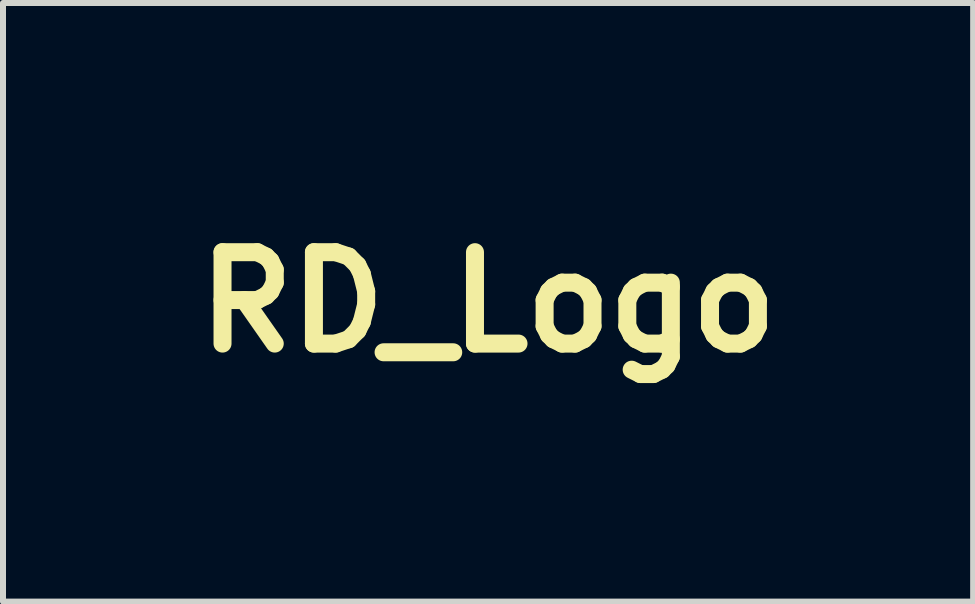
<source format=kicad_pcb>
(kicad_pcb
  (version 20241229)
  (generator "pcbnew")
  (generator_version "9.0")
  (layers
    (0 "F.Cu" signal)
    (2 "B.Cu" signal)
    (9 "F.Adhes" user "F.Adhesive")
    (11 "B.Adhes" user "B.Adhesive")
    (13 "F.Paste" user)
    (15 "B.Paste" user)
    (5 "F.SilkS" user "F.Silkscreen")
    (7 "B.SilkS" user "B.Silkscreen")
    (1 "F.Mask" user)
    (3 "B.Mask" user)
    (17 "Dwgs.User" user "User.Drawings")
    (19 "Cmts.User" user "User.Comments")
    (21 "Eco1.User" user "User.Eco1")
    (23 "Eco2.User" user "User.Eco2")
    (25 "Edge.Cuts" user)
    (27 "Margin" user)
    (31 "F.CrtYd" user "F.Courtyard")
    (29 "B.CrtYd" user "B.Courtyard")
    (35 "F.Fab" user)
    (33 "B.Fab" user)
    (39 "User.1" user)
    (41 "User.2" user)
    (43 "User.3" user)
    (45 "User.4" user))
  (footprint "RD_Logo"
    (layer "F.Cu")
    (at 5.087 1.989)
    (property "Reference" "RD_Logo" (at 0 0 0) (layer "F.SilkS") (effects (font (size 1.524 1.524) (thickness 0.3))))
    (attr through_hole)
    (fp_poly (pts (xy 0.036 0.48) (xy 0.038 0.482) (xy 0.039 0.486) (xy 0.04 0.49) (xy 0.042 0.501) (xy 0.044 0.51) (xy 0.048 0.519) (xy 0.053 0.527) (xy 0.057 0.532) (xy 0.064 0.538) (xy 0.072 0.544) (xy 0.082 0.55) (xy 0.092 0.555) (xy 0.102 0.559) (xy 0.106 0.561) (xy 0.109 0.562) (xy 0.11 0.564) (xy 0.111 0.565) (xy 0.11 0.567) (xy 0.11 0.568) (xy 0.109 0.569) (xy 0.106 0.569) (xy 0.101 0.57) (xy 0.096 0.571) (xy 0.089 0.572) (xy 0.082 0.573) (xy 0.074 0.573) (xy 0.067 0.574) (xy 0.06 0.575) (xy 0.053 0.576) (xy 0.047 0.576) (xy 0.043 0.577) (xy 0.039 0.577) (xy 0.039 0.577) (xy 0.035 0.577) (xy 0.031 0.576) (xy 0.029 0.576) (xy 0.022 0.573) (xy 0.016 0.569) (xy 0.011 0.563) (xy 0.007 0.557) (xy 0.006 0.555) (xy 0.005 0.553) (xy 0.005 0.55) (xy 0.005 0.547) (xy 0.006 0.544) (xy 0.007 0.539) (xy 0.009 0.534) (xy 0.011 0.527) (xy 0.014 0.519) (xy 0.017 0.512) (xy 0.02 0.505) (xy 0.022 0.498) (xy 0.025 0.492) (xy 0.027 0.487) (xy 0.029 0.483) (xy 0.03 0.481) (xy 0.03 0.481) (xy 0.033 0.479) (xy 0.036 0.48)) (stroke (width 0.01) (type solid)) (fill yes) (layer "F.Mask"))
    (fp_poly (pts (xy -0.355 -1.675) (xy -0.354 -1.674) (xy -0.354 -1.673) (xy -0.354 -1.672) (xy -0.356 -1.67) (xy -0.358 -1.667) (xy -0.362 -1.663) (xy -0.367 -1.658) (xy -0.373 -1.651) (xy -0.373 -1.651) (xy -0.389 -1.635) (xy -0.404 -1.62) (xy -0.418 -1.606) (xy -0.43 -1.593) (xy -0.442 -1.581) (xy -0.453 -1.569) (xy -0.463 -1.557) (xy -0.47 -1.549) (xy -0.475 -1.544) (xy -0.479 -1.539) (xy -0.482 -1.535) (xy -0.486 -1.53) (xy -0.49 -1.525) (xy -0.494 -1.519) (xy -0.499 -1.512) (xy -0.504 -1.504) (xy -0.513 -1.492) (xy -0.522 -1.48) (xy -0.53 -1.468) (xy -0.538 -1.457) (xy -0.546 -1.447) (xy -0.553 -1.438) (xy -0.553 -1.438) (xy -0.566 -1.423) (xy -0.577 -1.408) (xy -0.588 -1.395) (xy -0.597 -1.383) (xy -0.606 -1.371) (xy -0.614 -1.36) (xy -0.619 -1.352) (xy -0.622 -1.347) (xy -0.626 -1.341) (xy -0.63 -1.333) (xy -0.635 -1.324) (xy -0.641 -1.313) (xy -0.647 -1.301) (xy -0.653 -1.289) (xy -0.66 -1.275) (xy -0.667 -1.261) (xy -0.674 -1.247) (xy -0.681 -1.232) (xy -0.688 -1.217) (xy -0.695 -1.202) (xy -0.702 -1.187) (xy -0.708 -1.174) (xy -0.713 -1.163) (xy -0.718 -1.151) (xy -0.724 -1.138) (xy -0.73 -1.125) (xy -0.736 -1.11) (xy -0.742 -1.096) (xy -0.748 -1.082) (xy -0.754 -1.069) (xy -0.759 -1.056) (xy -0.764 -1.043) (xy -0.768 -1.032) (xy -0.772 -1.023) (xy -0.775 -1.017) (xy -0.778 -1.01) (xy -0.78 -1.005) (xy -0.783 -1.002) (xy -0.785 -1.002) (xy -0.787 -1.002) (xy -0.789 -1.004) (xy -0.789 -1.004) (xy -0.791 -1.006) (xy -0.791 -1.008) (xy -0.791 -1.008) (xy -0.791 -1.009) (xy -0.791 -1.013) (xy -0.789 -1.017) (xy -0.788 -1.023) (xy -0.786 -1.03) (xy -0.784 -1.038) (xy -0.782 -1.046) (xy -0.78 -1.055) (xy -0.778 -1.063) (xy -0.776 -1.072) (xy -0.774 -1.08) (xy -0.772 -1.088) (xy -0.77 -1.094) (xy -0.768 -1.1) (xy -0.768 -1.101) (xy -0.762 -1.122) (xy -0.755 -1.145) (xy -0.747 -1.169) (xy -0.738 -1.196) (xy -0.728 -1.224) (xy -0.717 -1.253) (xy -0.705 -1.284) (xy -0.692 -1.315) (xy -0.686 -1.332) (xy -0.679 -1.348) (xy -0.674 -1.362) (xy -0.668 -1.374) (xy -0.664 -1.385) (xy -0.659 -1.394) (xy -0.656 -1.402) (xy -0.652 -1.409) (xy -0.649 -1.415) (xy -0.645 -1.421) (xy -0.642 -1.425) (xy -0.64 -1.429) (xy -0.639 -1.43) (xy -0.631 -1.439) (xy -0.621 -1.45) (xy -0.61 -1.462) (xy -0.598 -1.474) (xy -0.584 -1.487) (xy -0.569 -1.501) (xy -0.554 -1.516) (xy -0.537 -1.53) (xy -0.52 -1.545) (xy -0.503 -1.561) (xy -0.484 -1.576) (xy -0.466 -1.591) (xy -0.447 -1.607) (xy -0.429 -1.622) (xy -0.41 -1.636) (xy -0.391 -1.65) (xy -0.389 -1.652) (xy -0.381 -1.658) (xy -0.374 -1.663) (xy -0.369 -1.667) (xy -0.365 -1.67) (xy -0.362 -1.672) (xy -0.359 -1.674) (xy -0.358 -1.675) (xy -0.356 -1.675) (xy -0.356 -1.675) (xy -0.355 -1.675)) (stroke (width 0.01) (type solid)) (fill yes) (layer "F.Mask"))
    (fp_poly (pts (xy -1.022 -0.779) (xy -1.022 -0.779) (xy -1.019 -0.778) (xy -1.017 -0.777) (xy -1.014 -0.775) (xy -1.012 -0.772) (xy -1.009 -0.768) (xy -1.005 -0.763) (xy -1.003 -0.758) (xy -0.999 -0.752) (xy -0.995 -0.746) (xy -0.992 -0.74) (xy -0.989 -0.735) (xy -0.985 -0.728) (xy -0.982 -0.722) (xy -0.978 -0.715) (xy -0.974 -0.708) (xy -0.969 -0.699) (xy -0.964 -0.69) (xy -0.959 -0.68) (xy -0.953 -0.669) (xy -0.946 -0.656) (xy -0.939 -0.643) (xy -0.931 -0.627) (xy -0.922 -0.61) (xy -0.922 -0.61) (xy -0.906 -0.579) (xy -0.893 -0.566) (xy -0.891 -0.564) (xy -0.888 -0.561) (xy -0.884 -0.557) (xy -0.878 -0.551) (xy -0.872 -0.545) (xy -0.863 -0.537) (xy -0.854 -0.528) (xy -0.844 -0.518) (xy -0.832 -0.506) (xy -0.82 -0.494) (xy -0.806 -0.481) (xy -0.792 -0.467) (xy -0.776 -0.452) (xy -0.76 -0.437) (xy -0.743 -0.42) (xy -0.726 -0.403) (xy -0.708 -0.386) (xy -0.689 -0.367) (xy -0.669 -0.349) (xy -0.649 -0.329) (xy -0.629 -0.309) (xy -0.608 -0.289) (xy -0.587 -0.269) (xy -0.565 -0.248) (xy -0.56 -0.243) (xy -0.534 -0.217) (xy -0.509 -0.194) (xy -0.486 -0.171) (xy -0.464 -0.15) (xy -0.444 -0.13) (xy -0.424 -0.112) (xy -0.406 -0.094) (xy -0.389 -0.078) (xy -0.374 -0.063) (xy -0.359 -0.049) (xy -0.345 -0.035) (xy -0.333 -0.023) (xy -0.321 -0.012) (xy -0.31 -0.002) (xy -0.301 0.008) (xy -0.292 0.016) (xy -0.283 0.024) (xy -0.276 0.031) (xy -0.269 0.038) (xy -0.263 0.043) (xy -0.258 0.049) (xy -0.253 0.053) (xy -0.249 0.057) (xy -0.245 0.06) (xy -0.242 0.063) (xy -0.239 0.066) (xy -0.237 0.068) (xy -0.235 0.07) (xy -0.233 0.072) (xy -0.231 0.073) (xy -0.23 0.074) (xy -0.229 0.075) (xy -0.228 0.075) (xy -0.216 0.083) (xy -0.203 0.089) (xy -0.192 0.094) (xy -0.181 0.097) (xy -0.172 0.098) (xy -0.172 0.098) (xy -0.167 0.098) (xy -0.163 0.098) (xy -0.16 0.097) (xy -0.156 0.096) (xy -0.148 0.092) (xy -0.139 0.086) (xy -0.13 0.079) (xy -0.12 0.069) (xy -0.11 0.058) (xy -0.1 0.046) (xy -0.1 0.045) (xy -0.096 0.039) (xy -0.092 0.035) (xy -0.09 0.032) (xy -0.088 0.03) (xy -0.086 0.028) (xy -0.085 0.028) (xy -0.084 0.027) (xy -0.083 0.027) (xy -0.08 0.028) (xy -0.078 0.03) (xy -0.077 0.031) (xy -0.076 0.032) (xy -0.076 0.034) (xy -0.076 0.036) (xy -0.076 0.039) (xy -0.076 0.043) (xy -0.077 0.049) (xy -0.078 0.057) (xy -0.082 0.074) (xy -0.086 0.09) (xy -0.091 0.104) (xy -0.098 0.117) (xy -0.105 0.129) (xy -0.114 0.14) (xy -0.118 0.144) (xy -0.126 0.152) (xy -0.135 0.159) (xy -0.144 0.165) (xy -0.153 0.17) (xy -0.161 0.174) (xy -0.168 0.176) (xy -0.175 0.177) (xy -0.183 0.176) (xy -0.192 0.173) (xy -0.201 0.17) (xy -0.21 0.165) (xy -0.218 0.159) (xy -0.219 0.158) (xy -0.222 0.155) (xy -0.226 0.151) (xy -0.231 0.146) (xy -0.238 0.14) (xy -0.245 0.132) (xy -0.253 0.124) (xy -0.262 0.116) (xy -0.272 0.106) (xy -0.282 0.096) (xy -0.293 0.086) (xy -0.304 0.075) (xy -0.313 0.066) (xy -0.325 0.055) (xy -0.336 0.043) (xy -0.347 0.033) (xy -0.357 0.023) (xy -0.366 0.014) (xy -0.375 0.006) (xy -0.382 -0.001) (xy -0.388 -0.007) (xy -0.394 -0.012) (xy -0.398 -0.016) (xy -0.401 -0.019) (xy -0.402 -0.02) (xy -0.402 -0.02) (xy -0.403 -0.018) (xy -0.403 -0.015) (xy -0.404 -0.013) (xy -0.405 -0.003) (xy -0.407 0.007) (xy -0.41 0.019) (xy -0.414 0.031) (xy -0.418 0.043) (xy -0.422 0.055) (xy -0.423 0.058) (xy -0.428 0.071) (xy -0.434 0.082) (xy -0.439 0.093) (xy -0.445 0.104) (xy -0.451 0.115) (xy -0.458 0.127) (xy -0.467 0.139) (xy -0.472 0.147) (xy -0.477 0.154) (xy -0.482 0.161) (xy -0.487 0.169) (xy -0.493 0.176) (xy -0.499 0.184) (xy -0.505 0.192) (xy -0.51 0.199) (xy -0.515 0.205) (xy -0.519 0.211) (xy -0.523 0.215) (xy -0.526 0.219) (xy -0.528 0.221) (xy -0.529 0.222) (xy -0.531 0.222) (xy -0.534 0.222) (xy -0.538 0.222) (xy -0.544 0.222) (xy -0.55 0.222) (xy -0.556 0.222) (xy -0.562 0.222) (xy -0.568 0.222) (xy -0.573 0.222) (xy -0.576 0.222) (xy -0.577 0.222) (xy -0.59 0.221) (xy -0.602 0.219) (xy -0.613 0.217) (xy -0.625 0.214) (xy -0.638 0.211) (xy -0.659 0.204) (xy -0.681 0.196) (xy -0.703 0.187) (xy -0.724 0.178) (xy -0.737 0.172) (xy -0.753 0.163) (xy -0.768 0.155) (xy -0.781 0.147) (xy -0.793 0.138) (xy -0.805 0.129) (xy -0.817 0.119) (xy -0.829 0.108) (xy -0.834 0.103) (xy -0.851 0.085) (xy -0.867 0.066) (xy -0.882 0.047) (xy -0.897 0.026) (xy -0.911 0.004) (xy -0.925 -0.019) (xy -0.938 -0.045) (xy -0.942 -0.051) (xy -0.538 -0.051) (xy -0.537 -0.041) (xy -0.533 -0.03) (xy -0.529 -0.02) (xy -0.524 -0.014) (xy -0.517 -0.007) (xy -0.51 -0.002) (xy -0.503 0.002) (xy -0.496 0.005) (xy -0.495 0.005) (xy -0.489 0.006) (xy -0.483 0.006) (xy -0.477 0.005) (xy -0.477 0.005) (xy -0.469 0.002) (xy -0.462 -0.002) (xy -0.456 -0.008) (xy -0.454 -0.009) (xy -0.448 -0.016) (xy -0.444 -0.024) (xy -0.44 -0.033) (xy -0.437 -0.044) (xy -0.436 -0.049) (xy -0.435 -0.054) (xy -0.468 -0.085) (xy -0.474 -0.092) (xy -0.481 -0.098) (xy -0.486 -0.103) (xy -0.491 -0.108) (xy -0.496 -0.112) (xy -0.499 -0.115) (xy -0.501 -0.116) (xy -0.501 -0.117) (xy -0.503 -0.116) (xy -0.505 -0.114) (xy -0.509 -0.111) (xy -0.512 -0.108) (xy -0.516 -0.104) (xy -0.519 -0.1) (xy -0.522 -0.097) (xy -0.524 -0.095) (xy -0.53 -0.084) (xy -0.535 -0.074) (xy -0.537 -0.062) (xy -0.538 -0.051) (xy -0.942 -0.051) (xy -0.943 -0.055) (xy -0.959 -0.088) (xy -0.973 -0.121) (xy -0.986 -0.153) (xy -0.998 -0.185) (xy -1.007 -0.216) (xy -1.016 -0.247) (xy -1.017 -0.251) (xy -0.738 -0.251) (xy -0.738 -0.244) (xy -0.738 -0.238) (xy -0.738 -0.233) (xy -0.737 -0.229) (xy -0.736 -0.225) (xy -0.736 -0.222) (xy -0.731 -0.205) (xy -0.725 -0.188) (xy -0.716 -0.173) (xy -0.706 -0.158) (xy -0.7 -0.151) (xy -0.695 -0.145) (xy -0.69 -0.141) (xy -0.685 -0.138) (xy -0.684 -0.137) (xy -0.67 -0.13) (xy -0.655 -0.124) (xy -0.641 -0.12) (xy -0.635 -0.12) (xy -0.629 -0.119) (xy -0.621 -0.119) (xy -0.614 -0.12) (xy -0.608 -0.12) (xy -0.603 -0.121) (xy -0.592 -0.125) (xy -0.583 -0.131) (xy -0.574 -0.138) (xy -0.568 -0.144) (xy -0.566 -0.149) (xy -0.563 -0.154) (xy -0.56 -0.16) (xy -0.558 -0.165) (xy -0.557 -0.168) (xy -0.557 -0.168) (xy -0.558 -0.169) (xy -0.558 -0.17) (xy -0.559 -0.171) (xy -0.561 -0.173) (xy -0.563 -0.175) (xy -0.565 -0.178) (xy -0.569 -0.181) (xy -0.573 -0.186) (xy -0.578 -0.191) (xy -0.584 -0.197) (xy -0.591 -0.204) (xy -0.599 -0.212) (xy -0.609 -0.221) (xy -0.619 -0.231) (xy -0.631 -0.243) (xy -0.637 -0.249) (xy -0.648 -0.259) (xy -0.658 -0.269) (xy -0.668 -0.279) (xy -0.677 -0.288) (xy -0.686 -0.296) (xy -0.693 -0.304) (xy -0.7 -0.31) (xy -0.706 -0.316) (xy -0.711 -0.321) (xy -0.715 -0.324) (xy -0.717 -0.327) (xy -0.718 -0.328) (xy -0.718 -0.328) (xy -0.719 -0.327) (xy -0.72 -0.324) (xy -0.722 -0.321) (xy -0.724 -0.317) (xy -0.726 -0.312) (xy -0.728 -0.307) (xy -0.73 -0.303) (xy -0.73 -0.301) (xy -0.733 -0.292) (xy -0.735 -0.284) (xy -0.737 -0.276) (xy -0.738 -0.268) (xy -0.738 -0.259) (xy -0.738 -0.251) (xy -1.017 -0.251) (xy -1.022 -0.277) (xy -1.027 -0.306) (xy -1.031 -0.334) (xy -1.033 -0.36) (xy -1.033 -0.37) (xy -1.033 -0.378) (xy -1.033 -0.384) (xy -1.033 -0.388) (xy -1.033 -0.391) (xy -1.034 -0.393) (xy -1.034 -0.395) (xy -1.034 -0.396) (xy -1.035 -0.396) (xy -1.036 -0.397) (xy -1.039 -0.399) (xy -1.043 -0.402) (xy -1.049 -0.405) (xy -1.055 -0.409) (xy -1.063 -0.414) (xy -1.072 -0.42) (xy -1.082 -0.426) (xy -1.092 -0.433) (xy -1.103 -0.44) (xy -1.114 -0.447) (xy -1.129 -0.456) (xy -1.143 -0.465) (xy -1.155 -0.472) (xy -1.165 -0.479) (xy -1.175 -0.485) (xy -1.182 -0.49) (xy -1.188 -0.494) (xy -1.192 -0.497) (xy -1.195 -0.499) (xy -1.196 -0.499) (xy -1.198 -0.502) (xy -1.199 -0.504) (xy -1.2 -0.507) (xy -1.2 -0.508) (xy -1.199 -0.512) (xy -1.196 -0.516) (xy -1.192 -0.519) (xy -1.189 -0.521) (xy -1.184 -0.522) (xy -1.178 -0.522) (xy -1.172 -0.522) (xy -1.167 -0.521) (xy -1.167 -0.521) (xy -1.165 -0.52) (xy -1.162 -0.519) (xy -1.157 -0.517) (xy -1.151 -0.514) (xy -1.144 -0.511) (xy -1.136 -0.507) (xy -1.128 -0.503) (xy -1.12 -0.499) (xy -1.112 -0.495) (xy -1.105 -0.492) (xy -1.097 -0.488) (xy -1.091 -0.485) (xy -1.086 -0.482) (xy -1.083 -0.481) (xy -1.078 -0.478) (xy -1.072 -0.474) (xy -1.065 -0.47) (xy -1.057 -0.466) (xy -1.05 -0.462) (xy -1.048 -0.46) (xy -1.04 -0.456) (xy -1.034 -0.452) (xy -1.03 -0.45) (xy -1.026 -0.448) (xy -1.023 -0.447) (xy -1.021 -0.447) (xy -1.019 -0.447) (xy -1.017 -0.448) (xy -1.015 -0.449) (xy -1.011 -0.452) (xy -1.008 -0.457) (xy -1.004 -0.462) (xy -1.002 -0.467) (xy -1 -0.473) (xy -1 -0.477) (xy -1 -0.477) (xy -1.001 -0.478) (xy -1.001 -0.479) (xy -1.001 -0.48) (xy -1.002 -0.481) (xy -1.003 -0.482) (xy -1.004 -0.484) (xy -1.006 -0.486) (xy -1.009 -0.489) (xy -1.012 -0.493) (xy -1.016 -0.498) (xy -1.022 -0.504) (xy -1.028 -0.511) (xy -1.035 -0.519) (xy -1.044 -0.528) (xy -1.047 -0.532) (xy -1.058 -0.544) (xy -1.069 -0.556) (xy -1.08 -0.568) (xy -1.09 -0.58) (xy -1.1 -0.592) (xy -1.11 -0.602) (xy -1.119 -0.612) (xy -1.127 -0.621) (xy -1.134 -0.629) (xy -1.136 -0.632) (xy -1.143 -0.64) (xy -1.149 -0.647) (xy -1.153 -0.653) (xy -1.157 -0.657) (xy -1.16 -0.661) (xy -1.162 -0.664) (xy -1.163 -0.667) (xy -1.164 -0.669) (xy -1.164 -0.671) (xy -1.164 -0.674) (xy -1.164 -0.675) (xy -1.164 -0.682) (xy -1.161 -0.687) (xy -1.158 -0.692) (xy -1.154 -0.696) (xy -1.149 -0.698) (xy -1.144 -0.699) (xy -1.138 -0.698) (xy -1.138 -0.698) (xy -1.136 -0.697) (xy -1.134 -0.694) (xy -1.13 -0.691) (xy -1.125 -0.687) (xy -1.119 -0.681) (xy -1.113 -0.675) (xy -1.106 -0.669) (xy -1.099 -0.662) (xy -1.096 -0.659) (xy -1.087 -0.65) (xy -1.078 -0.641) (xy -1.069 -0.633) (xy -1.061 -0.625) (xy -1.053 -0.616) (xy -1.045 -0.608) (xy -1.036 -0.599) (xy -1.026 -0.589) (xy -1.016 -0.578) (xy -1.005 -0.566) (xy -0.996 -0.557) (xy -0.991 -0.552) (xy -0.986 -0.547) (xy -0.982 -0.543) (xy -0.978 -0.539) (xy -0.975 -0.537) (xy -0.974 -0.536) (xy -0.969 -0.535) (xy -0.964 -0.534) (xy -0.96 -0.535) (xy -0.957 -0.537) (xy -0.955 -0.54) (xy -0.954 -0.543) (xy -0.954 -0.547) (xy -0.955 -0.551) (xy -0.956 -0.553) (xy -0.957 -0.557) (xy -0.959 -0.562) (xy -0.962 -0.568) (xy -0.965 -0.576) (xy -0.969 -0.585) (xy -0.973 -0.594) (xy -0.978 -0.604) (xy -0.983 -0.615) (xy -0.984 -0.617) (xy -0.991 -0.634) (xy -0.998 -0.65) (xy -1.004 -0.663) (xy -1.01 -0.676) (xy -1.014 -0.687) (xy -1.019 -0.698) (xy -1.023 -0.707) (xy -1.026 -0.716) (xy -1.03 -0.725) (xy -1.032 -0.731) (xy -1.034 -0.736) (xy -1.035 -0.74) (xy -1.036 -0.743) (xy -1.036 -0.746) (xy -1.036 -0.75) (xy -1.036 -0.754) (xy -1.036 -0.761) (xy -1.036 -0.765) (xy -1.035 -0.768) (xy -1.034 -0.771) (xy -1.031 -0.774) (xy -1.029 -0.776) (xy -1.026 -0.778) (xy -1.024 -0.779) (xy -1.022 -0.779)) (stroke (width 0.01) (type solid)) (fill yes) (layer "F.Mask"))
    (fp_poly (pts (xy -0.148 -1.984) (xy -0.138 -1.984) (xy -0.129 -1.984) (xy -0.123 -1.983) (xy -0.11 -1.982) (xy -0.098 -1.981) (xy -0.086 -1.98) (xy -0.074 -1.979) (xy -0.062 -1.977) (xy -0.052 -1.975) (xy -0.042 -1.974) (xy -0.033 -1.972) (xy -0.026 -1.97) (xy -0.02 -1.969) (xy -0.016 -1.967) (xy -0.015 -1.967) (xy -0.01 -1.962) (xy -0.005 -1.956) (xy -0.001 -1.948) (xy 0.003 -1.938) (xy 0.007 -1.927) (xy 0.01 -1.913) (xy 0.013 -1.897) (xy 0.014 -1.895) (xy 0.015 -1.883) (xy 0.017 -1.87) (xy 0.019 -1.855) (xy 0.02 -1.839) (xy 0.022 -1.823) (xy 0.023 -1.805) (xy 0.024 -1.788) (xy 0.025 -1.77) (xy 0.026 -1.753) (xy 0.027 -1.736) (xy 0.027 -1.723) (xy 0.027 -1.711) (xy 0.027 -1.699) (xy 0.027 -1.688) (xy 0.027 -1.677) (xy 0.026 -1.666) (xy 0.026 -1.655) (xy 0.025 -1.642) (xy 0.024 -1.629) (xy 0.022 -1.614) (xy 0.021 -1.597) (xy 0.02 -1.593) (xy 0.02 -1.587) (xy 0.019 -1.581) (xy 0.019 -1.577) (xy 0.018 -1.573) (xy 0.018 -1.571) (xy 0.019 -1.571) (xy 0.02 -1.571) (xy 0.022 -1.57) (xy 0.027 -1.569) (xy 0.032 -1.567) (xy 0.039 -1.566) (xy 0.047 -1.564) (xy 0.055 -1.561) (xy 0.057 -1.561) (xy 0.096 -1.551) (xy 0.134 -1.541) (xy 0.17 -1.531) (xy 0.205 -1.521) (xy 0.238 -1.511) (xy 0.271 -1.502) (xy 0.302 -1.492) (xy 0.333 -1.481) (xy 0.364 -1.471) (xy 0.394 -1.461) (xy 0.424 -1.45) (xy 0.435 -1.446) (xy 0.492 -1.423) (xy 0.547 -1.4) (xy 0.601 -1.377) (xy 0.653 -1.352) (xy 0.703 -1.326) (xy 0.752 -1.3) (xy 0.799 -1.272) (xy 0.844 -1.244) (xy 0.887 -1.215) (xy 0.928 -1.186) (xy 0.968 -1.155) (xy 1.004 -1.125) (xy 1.034 -1.098) (xy 1.065 -1.069) (xy 1.096 -1.039) (xy 1.127 -1.007) (xy 1.157 -0.973) (xy 1.188 -0.939) (xy 1.218 -0.903) (xy 1.248 -0.866) (xy 1.277 -0.829) (xy 1.305 -0.79) (xy 1.311 -0.782) (xy 1.34 -0.74) (xy 1.368 -0.698) (xy 1.394 -0.657) (xy 1.418 -0.615) (xy 1.441 -0.573) (xy 1.464 -0.53) (xy 1.485 -0.486) (xy 1.506 -0.441) (xy 1.511 -0.428) (xy 1.533 -0.376) (xy 1.554 -0.322) (xy 1.573 -0.269) (xy 1.59 -0.215) (xy 1.606 -0.161) (xy 1.62 -0.108) (xy 1.632 -0.055) (xy 1.635 -0.04) (xy 1.637 -0.031) (xy 1.638 -0.021) (xy 1.64 -0.011) (xy 1.642 -0.001) (xy 1.644 0.009) (xy 1.645 0.018) (xy 1.647 0.027) (xy 1.648 0.035) (xy 1.649 0.041) (xy 1.649 0.047) (xy 1.65 0.051) (xy 1.65 0.053) (xy 1.65 0.053) (xy 1.649 0.053) (xy 1.647 0.05) (xy 1.645 0.047) (xy 1.641 0.041) (xy 1.637 0.035) (xy 1.632 0.027) (xy 1.627 0.018) (xy 1.621 0.009) (xy 1.614 -0.002) (xy 1.607 -0.013) (xy 1.6 -0.025) (xy 1.593 -0.037) (xy 1.585 -0.05) (xy 1.577 -0.063) (xy 1.569 -0.076) (xy 1.561 -0.09) (xy 1.553 -0.103) (xy 1.549 -0.109) (xy 1.534 -0.134) (xy 1.518 -0.159) (xy 1.503 -0.184) (xy 1.486 -0.208) (xy 1.469 -0.234) (xy 1.451 -0.259) (xy 1.432 -0.286) (xy 1.411 -0.314) (xy 1.4 -0.329) (xy 1.396 -0.334) (xy 1.391 -0.34) (xy 1.386 -0.348) (xy 1.38 -0.356) (xy 1.374 -0.364) (xy 1.368 -0.373) (xy 1.362 -0.381) (xy 1.362 -0.382) (xy 1.352 -0.395) (xy 1.344 -0.407) (xy 1.336 -0.418) (xy 1.33 -0.427) (xy 1.324 -0.435) (xy 1.318 -0.443) (xy 1.313 -0.449) (xy 1.309 -0.455) (xy 1.305 -0.46) (xy 1.301 -0.464) (xy 1.297 -0.468) (xy 1.294 -0.472) (xy 1.292 -0.474) (xy 1.288 -0.478) (xy 1.284 -0.482) (xy 1.279 -0.487) (xy 1.274 -0.492) (xy 1.27 -0.496) (xy 1.266 -0.5) (xy 1.262 -0.503) (xy 1.259 -0.506) (xy 1.257 -0.507) (xy 1.256 -0.508) (xy 1.256 -0.507) (xy 1.257 -0.504) (xy 1.259 -0.501) (xy 1.26 -0.497) (xy 1.265 -0.485) (xy 1.269 -0.471) (xy 1.275 -0.456) (xy 1.28 -0.439) (xy 1.285 -0.421) (xy 1.291 -0.402) (xy 1.297 -0.383) (xy 1.302 -0.362) (xy 1.308 -0.341) (xy 1.313 -0.32) (xy 1.318 -0.3) (xy 1.323 -0.279) (xy 1.325 -0.268) (xy 1.336 -0.215) (xy 1.346 -0.163) (xy 1.354 -0.112) (xy 1.361 -0.061) (xy 1.366 -0.012) (xy 1.37 0.036) (xy 1.372 0.084) (xy 1.373 0.13) (xy 1.373 0.175) (xy 1.371 0.218) (xy 1.368 0.252) (xy 1.364 0.293) (xy 1.358 0.334) (xy 1.35 0.377) (xy 1.341 0.42) (xy 1.33 0.464) (xy 1.318 0.509) (xy 1.304 0.555) (xy 1.288 0.601) (xy 1.271 0.647) (xy 1.253 0.694) (xy 1.233 0.741) (xy 1.212 0.789) (xy 1.211 0.791) (xy 1.208 0.797) (xy 1.205 0.804) (xy 1.202 0.811) (xy 1.198 0.818) (xy 1.195 0.826) (xy 1.191 0.833) (xy 1.188 0.84) (xy 1.185 0.847) (xy 1.182 0.852) (xy 1.18 0.856) (xy 1.178 0.859) (xy 1.178 0.861) (xy 1.178 0.861) (xy 1.177 0.86) (xy 1.178 0.858) (xy 1.178 0.855) (xy 1.178 0.853) (xy 1.179 0.844) (xy 1.181 0.833) (xy 1.182 0.821) (xy 1.183 0.806) (xy 1.184 0.79) (xy 1.185 0.773) (xy 1.187 0.755) (xy 1.187 0.75) (xy 1.187 0.743) (xy 1.187 0.735) (xy 1.188 0.726) (xy 1.188 0.716) (xy 1.188 0.704) (xy 1.188 0.692) (xy 1.188 0.68) (xy 1.188 0.667) (xy 1.188 0.654) (xy 1.188 0.642) (xy 1.188 0.63) (xy 1.188 0.619) (xy 1.188 0.609) (xy 1.188 0.601) (xy 1.187 0.593) (xy 1.187 0.588) (xy 1.187 0.587) (xy 1.186 0.576) (xy 1.185 0.566) (xy 1.184 0.555) (xy 1.182 0.542) (xy 1.181 0.529) (xy 1.179 0.515) (xy 1.177 0.499) (xy 1.174 0.482) (xy 1.172 0.468) (xy 1.171 0.455) (xy 1.169 0.441) (xy 1.167 0.426) (xy 1.165 0.41) (xy 1.163 0.395) (xy 1.161 0.38) (xy 1.159 0.366) (xy 1.158 0.358) (xy 1.156 0.335) (xy 1.153 0.313) (xy 1.151 0.294) (xy 1.149 0.276) (xy 1.147 0.26) (xy 1.145 0.246) (xy 1.143 0.233) (xy 1.141 0.221) (xy 1.14 0.21) (xy 1.138 0.2) (xy 1.136 0.191) (xy 1.135 0.183) (xy 1.133 0.176) (xy 1.132 0.17) (xy 1.13 0.163) (xy 1.128 0.158) (xy 1.128 0.155) (xy 1.124 0.145) (xy 1.124 0.165) (xy 1.122 0.186) (xy 1.12 0.208) (xy 1.116 0.231) (xy 1.111 0.255) (xy 1.105 0.28) (xy 1.098 0.305) (xy 1.09 0.33) (xy 1.081 0.355) (xy 1.072 0.379) (xy 1.062 0.403) (xy 1.051 0.426) (xy 1.046 0.435) (xy 1.043 0.442) (xy 1.039 0.448) (xy 1.036 0.454) (xy 1.033 0.46) (xy 1.029 0.466) (xy 1.025 0.473) (xy 1.02 0.48) (xy 1.015 0.489) (xy 1.009 0.498) (xy 1.002 0.509) (xy 0.995 0.52) (xy 0.986 0.533) (xy 0.978 0.545) (xy 0.971 0.556) (xy 0.965 0.566) (xy 0.959 0.574) (xy 0.954 0.582) (xy 0.95 0.589) (xy 0.946 0.596) (xy 0.943 0.602) (xy 0.939 0.608) (xy 0.936 0.615) (xy 0.934 0.619) (xy 0.927 0.635) (xy 0.92 0.65) (xy 0.915 0.665) (xy 0.91 0.679) (xy 0.906 0.695) (xy 0.903 0.711) (xy 0.901 0.725) (xy 0.894 0.775) (xy 0.888 0.824) (xy 0.884 0.874) (xy 0.882 0.923) (xy 0.88 0.971) (xy 0.88 1.019) (xy 0.881 1.066) (xy 0.884 1.112) (xy 0.888 1.157) (xy 0.893 1.201) (xy 0.9 1.243) (xy 0.905 1.271) (xy 0.907 1.277) (xy 0.908 1.284) (xy 0.91 1.291) (xy 0.912 1.299) (xy 0.913 1.306) (xy 0.915 1.314) (xy 0.917 1.32) (xy 0.918 1.326) (xy 0.919 1.33) (xy 0.92 1.331) (xy 0.92 1.332) (xy 0.918 1.33) (xy 0.915 1.328) (xy 0.912 1.324) (xy 0.907 1.32) (xy 0.901 1.314) (xy 0.895 1.308) (xy 0.888 1.301) (xy 0.881 1.293) (xy 0.873 1.285) (xy 0.866 1.277) (xy 0.858 1.269) (xy 0.85 1.26) (xy 0.842 1.252) (xy 0.839 1.249) (xy 0.801 1.206) (xy 0.764 1.163) (xy 0.729 1.12) (xy 0.694 1.077) (xy 0.661 1.034) (xy 0.63 0.99) (xy 0.6 0.947) (xy 0.571 0.904) (xy 0.544 0.861) (xy 0.518 0.819) (xy 0.494 0.777) (xy 0.472 0.735) (xy 0.452 0.694) (xy 0.44 0.669) (xy 0.433 0.652) (xy 0.425 0.633) (xy 0.416 0.612) (xy 0.408 0.59) (xy 0.398 0.566) (xy 0.389 0.541) (xy 0.379 0.514) (xy 0.369 0.487) (xy 0.359 0.458) (xy 0.349 0.429) (xy 0.339 0.398) (xy 0.338 0.396) (xy 0.335 0.385) (xy 0.331 0.376) (xy 0.329 0.368) (xy 0.326 0.362) (xy 0.325 0.357) (xy 0.323 0.354) (xy 0.322 0.351) (xy 0.322 0.35) (xy 0.321 0.35) (xy 0.321 0.35) (xy 0.321 0.352) (xy 0.319 0.355) (xy 0.317 0.359) (xy 0.315 0.364) (xy 0.315 0.364) (xy 0.313 0.37) (xy 0.311 0.374) (xy 0.309 0.377) (xy 0.307 0.379) (xy 0.305 0.381) (xy 0.305 0.381) (xy 0.3 0.385) (xy 0.299 0.426) (xy 0.299 0.467) (xy 0.315 0.483) (xy 0.327 0.496) (xy 0.338 0.508) (xy 0.347 0.518) (xy 0.354 0.528) (xy 0.36 0.537) (xy 0.364 0.545) (xy 0.368 0.553) (xy 0.368 0.554) (xy 0.369 0.557) (xy 0.37 0.56) (xy 0.37 0.563) (xy 0.37 0.566) (xy 0.369 0.571) (xy 0.369 0.571) (xy 0.366 0.589) (xy 0.361 0.606) (xy 0.355 0.624) (xy 0.346 0.641) (xy 0.336 0.658) (xy 0.325 0.675) (xy 0.32 0.681) (xy 0.316 0.687) (xy 0.309 0.693) (xy 0.302 0.7) (xy 0.295 0.708) (xy 0.287 0.715) (xy 0.28 0.722) (xy 0.273 0.727) (xy 0.272 0.728) (xy 0.252 0.743) (xy 0.231 0.757) (xy 0.207 0.77) (xy 0.182 0.783) (xy 0.156 0.795) (xy 0.129 0.806) (xy 0.1 0.816) (xy 0.071 0.825) (xy 0.04 0.833) (xy 0.009 0.84) (xy -0.019 0.845) (xy -0.038 0.848) (xy -0.057 0.851) (xy -0.074 0.853) (xy -0.092 0.854) (xy -0.11 0.855) (xy -0.128 0.855) (xy -0.148 0.855) (xy -0.151 0.855) (xy -0.191 0.854) (xy -0.231 0.851) (xy -0.271 0.847) (xy -0.312 0.842) (xy -0.352 0.836) (xy -0.391 0.829) (xy -0.429 0.821) (xy -0.442 0.817) (xy -0.468 0.81) (xy -0.496 0.802) (xy -0.524 0.793) (xy -0.552 0.783) (xy -0.581 0.773) (xy -0.609 0.761) (xy -0.636 0.75) (xy -0.644 0.746) (xy -0.65 0.744) (xy -0.655 0.741) (xy -0.659 0.74) (xy -0.662 0.738) (xy -0.664 0.738) (xy -0.664 0.738) (xy -0.663 0.739) (xy -0.662 0.741) (xy -0.66 0.744) (xy -0.657 0.748) (xy -0.655 0.751) (xy -0.639 0.774) (xy -0.622 0.799) (xy -0.605 0.826) (xy -0.588 0.853) (xy -0.571 0.881) (xy -0.555 0.909) (xy -0.539 0.937) (xy -0.529 0.956) (xy -0.513 0.988) (xy -0.496 1.022) (xy -0.48 1.055) (xy -0.465 1.09) (xy -0.45 1.124) (xy -0.436 1.158) (xy -0.423 1.193) (xy -0.411 1.227) (xy -0.399 1.26) (xy -0.388 1.294) (xy -0.378 1.326) (xy -0.369 1.358) (xy -0.361 1.389) (xy -0.355 1.419) (xy -0.349 1.447) (xy -0.345 1.475) (xy -0.342 1.49) (xy -0.341 1.499) (xy -0.341 1.508) (xy -0.34 1.516) (xy -0.339 1.524) (xy -0.339 1.532) (xy -0.338 1.539) (xy -0.338 1.545) (xy -0.338 1.549) (xy -0.339 1.552) (xy -0.339 1.553) (xy -0.339 1.553) (xy -0.34 1.553) (xy -0.341 1.55) (xy -0.343 1.546) (xy -0.346 1.541) (xy -0.349 1.536) (xy -0.352 1.529) (xy -0.353 1.528) (xy -0.366 1.503) (xy -0.379 1.478) (xy -0.392 1.454) (xy -0.405 1.431) (xy -0.418 1.409) (xy -0.43 1.388) (xy -0.442 1.369) (xy -0.453 1.351) (xy -0.464 1.334) (xy -0.467 1.329) (xy -0.472 1.322) (xy -0.478 1.313) (xy -0.484 1.304) (xy -0.491 1.295) (xy -0.497 1.286) (xy -0.503 1.279) (xy -0.509 1.271) (xy -0.515 1.263) (xy -0.521 1.254) (xy -0.527 1.246) (xy -0.533 1.239) (xy -0.538 1.233) (xy -0.538 1.232) (xy -0.543 1.226) (xy -0.547 1.219) (xy -0.552 1.213) (xy -0.556 1.207) (xy -0.559 1.202) (xy -0.56 1.201) (xy -0.562 1.198) (xy -0.564 1.195) (xy -0.565 1.193) (xy -0.566 1.192) (xy -0.566 1.192) (xy -0.566 1.193) (xy -0.566 1.195) (xy -0.566 1.199) (xy -0.565 1.204) (xy -0.564 1.21) (xy -0.562 1.218) (xy -0.56 1.229) (xy -0.56 1.229) (xy -0.556 1.251) (xy -0.551 1.276) (xy -0.547 1.301) (xy -0.541 1.328) (xy -0.536 1.356) (xy -0.53 1.385) (xy -0.525 1.414) (xy -0.519 1.443) (xy -0.513 1.472) (xy -0.507 1.501) (xy -0.501 1.529) (xy -0.495 1.556) (xy -0.49 1.583) (xy -0.484 1.607) (xy -0.482 1.619) (xy -0.48 1.628) (xy -0.478 1.638) (xy -0.476 1.647) (xy -0.474 1.656) (xy -0.472 1.664) (xy -0.471 1.67) (xy -0.47 1.675) (xy -0.47 1.675) (xy -0.464 1.703) (xy -0.46 1.734) (xy -0.455 1.766) (xy -0.452 1.8) (xy -0.449 1.835) (xy -0.447 1.866) (xy -0.447 1.873) (xy -0.446 1.881) (xy -0.446 1.89) (xy -0.446 1.9) (xy -0.446 1.91) (xy -0.446 1.92) (xy -0.445 1.93) (xy -0.445 1.94) (xy -0.445 1.95) (xy -0.445 1.958) (xy -0.445 1.965) (xy -0.445 1.971) (xy -0.446 1.975) (xy -0.446 1.977) (xy -0.447 1.985) (xy -0.468 1.972) (xy -0.502 1.95) (xy -0.537 1.927) (xy -0.572 1.902) (xy -0.608 1.877) (xy -0.645 1.851) (xy -0.681 1.824) (xy -0.718 1.796) (xy -0.753 1.768) (xy -0.789 1.741) (xy -0.823 1.713) (xy -0.846 1.694) (xy -0.876 1.669) (xy -0.903 1.646) (xy -0.93 1.622) (xy -0.956 1.599) (xy -0.981 1.576) (xy -1.006 1.553) (xy -1.031 1.528) (xy -1.053 1.506) (xy -1.081 1.479) (xy -1.107 1.452) (xy -1.132 1.426) (xy -1.155 1.4) (xy -1.178 1.375) (xy -1.2 1.349) (xy -1.222 1.323) (xy -1.243 1.297) (xy -1.265 1.269) (xy -1.286 1.241) (xy -1.303 1.218) (xy -1.339 1.166) (xy -1.374 1.114) (xy -1.407 1.06) (xy -1.438 1.006) (xy -1.467 0.95) (xy -1.495 0.894) (xy -1.521 0.837) (xy -1.545 0.779) (xy -1.564 0.728) (xy -1.573 0.702) (xy -1.582 0.676) (xy -1.59 0.651) (xy -1.597 0.627) (xy -1.603 0.605) (xy -1.607 0.587) (xy -1.614 0.556) (xy -1.62 0.524) (xy -1.626 0.49) (xy -1.631 0.456) (xy -1.636 0.42) (xy -1.639 0.39) (xy -1.55 0.39) (xy -1.55 0.412) (xy -1.548 0.445) (xy -1.545 0.477) (xy -1.541 0.508) (xy -1.535 0.539) (xy -1.527 0.57) (xy -1.521 0.59) (xy -1.518 0.601) (xy -1.514 0.614) (xy -1.509 0.629) (xy -1.503 0.645) (xy -1.498 0.662) (xy -1.491 0.679) (xy -1.485 0.698) (xy -1.478 0.716) (xy -1.471 0.735) (xy -1.464 0.754) (xy -1.457 0.773) (xy -1.451 0.791) (xy -1.444 0.809) (xy -1.437 0.826) (xy -1.431 0.841) (xy -1.426 0.856) (xy -1.42 0.869) (xy -1.418 0.874) (xy -1.398 0.921) (xy -1.377 0.966) (xy -1.355 1.009) (xy -1.332 1.051) (xy -1.309 1.091) (xy -1.285 1.128) (xy -1.261 1.164) (xy -1.235 1.198) (xy -1.227 1.209) (xy -1.219 1.219) (xy -1.211 1.228) (xy -1.203 1.238) (xy -1.196 1.247) (xy -1.187 1.256) (xy -1.179 1.266) (xy -1.17 1.276) (xy -1.161 1.286) (xy -1.15 1.297) (xy -1.14 1.308) (xy -1.128 1.32) (xy -1.115 1.334) (xy -1.101 1.348) (xy -1.085 1.363) (xy -1.074 1.374) (xy -1.058 1.391) (xy -1.042 1.407) (xy -1.027 1.421) (xy -1.014 1.435) (xy -1.001 1.448) (xy -0.988 1.46) (xy -0.976 1.471) (xy -0.964 1.482) (xy -0.952 1.493) (xy -0.94 1.504) (xy -0.927 1.516) (xy -0.914 1.527) (xy -0.912 1.53) (xy -0.903 1.538) (xy -0.895 1.544) (xy -0.889 1.55) (xy -0.884 1.554) (xy -0.88 1.558) (xy -0.877 1.561) (xy -0.874 1.563) (xy -0.873 1.564) (xy -0.872 1.565) (xy -0.871 1.565) (xy -0.871 1.566) (xy -0.871 1.566) (xy -0.871 1.565) (xy -0.871 1.562) (xy -0.872 1.558) (xy -0.874 1.553) (xy -0.875 1.547) (xy -0.876 1.544) (xy -0.892 1.493) (xy -0.91 1.443) (xy -0.929 1.393) (xy -0.95 1.345) (xy -0.972 1.297) (xy -0.996 1.25) (xy -1.021 1.205) (xy -1.048 1.161) (xy -1.048 1.161) (xy -1.058 1.145) (xy -1.068 1.13) (xy -1.079 1.115) (xy -1.089 1.099) (xy -1.1 1.084) (xy -1.112 1.068) (xy -1.125 1.051) (xy -1.138 1.033) (xy -1.152 1.015) (xy -1.168 0.995) (xy -1.184 0.974) (xy -1.186 0.972) (xy -1.199 0.956) (xy -1.211 0.941) (xy -1.222 0.927) (xy -1.234 0.913) (xy -1.245 0.9) (xy -1.256 0.887) (xy -1.268 0.874) (xy -1.28 0.861) (xy -1.293 0.846) (xy -1.307 0.831) (xy -1.316 0.822) (xy -1.322 0.815) (xy -1.329 0.808) (xy -1.335 0.801) (xy -1.341 0.795) (xy -1.346 0.789) (xy -1.351 0.784) (xy -1.354 0.781) (xy -1.354 0.781) (xy -1.376 0.754) (xy -1.398 0.726) (xy -1.419 0.695) (xy -1.439 0.664) (xy -1.458 0.631) (xy -1.475 0.596) (xy -1.492 0.561) (xy -1.507 0.525) (xy -1.521 0.488) (xy -1.533 0.45) (xy -1.54 0.427) (xy -1.542 0.42) (xy -1.544 0.413) (xy -1.546 0.407) (xy -1.547 0.401) (xy -1.547 0.401) (xy -1.55 0.39) (xy -1.639 0.39) (xy -1.64 0.382) (xy -1.643 0.343) (xy -1.646 0.303) (xy -1.648 0.26) (xy -1.65 0.216) (xy -1.65 0.204) (xy -1.65 0.194) (xy -1.65 0.183) (xy -1.651 0.171) (xy -1.651 0.157) (xy -1.651 0.142) (xy -1.651 0.126) (xy -1.651 0.11) (xy -1.651 0.094) (xy -1.651 0.077) (xy -1.65 0.061) (xy -1.65 0.045) (xy -1.65 0.031) (xy -1.65 0.017) (xy -1.65 0.004) (xy -1.649 -0.007) (xy -1.649 -0.017) (xy -1.649 -0.018) (xy -1.648 -0.047) (xy -1.647 -0.074) (xy -1.645 -0.099) (xy -1.644 -0.123) (xy -1.643 -0.146) (xy -1.641 -0.168) (xy -1.639 -0.189) (xy -1.638 -0.209) (xy -1.636 -0.229) (xy -1.634 -0.249) (xy -1.632 -0.269) (xy -1.631 -0.28) (xy -1.624 -0.33) (xy -1.428 -0.33) (xy -1.428 -0.326) (xy -1.428 -0.321) (xy -1.427 -0.314) (xy -1.426 -0.306) (xy -1.425 -0.299) (xy -1.421 -0.259) (xy -1.415 -0.219) (xy -1.408 -0.179) (xy -1.4 -0.14) (xy -1.391 -0.101) (xy -1.382 -0.063) (xy -1.372 -0.026) (xy -1.363 0.004) (xy -1.356 0.026) (xy -1.347 0.049) (xy -1.338 0.074) (xy -1.327 0.1) (xy -1.314 0.128) (xy -1.301 0.157) (xy -1.287 0.186) (xy -1.272 0.217) (xy -1.255 0.249) (xy -1.238 0.281) (xy -1.22 0.315) (xy -1.201 0.349) (xy -1.181 0.383) (xy -1.16 0.418) (xy -1.157 0.423) (xy -1.135 0.46) (xy -1.113 0.496) (xy -1.091 0.53) (xy -1.07 0.562) (xy -1.049 0.594) (xy -1.028 0.623) (xy -1.009 0.651) (xy -0.99 0.677) (xy -0.971 0.701) (xy -0.965 0.709) (xy -0.955 0.721) (xy -0.945 0.734) (xy -0.935 0.748) (xy -0.924 0.763) (xy -0.913 0.777) (xy -0.905 0.788) (xy -0.898 0.798) (xy -0.89 0.81) (xy -0.881 0.824) (xy -0.871 0.838) (xy -0.861 0.853) (xy -0.85 0.87) (xy -0.839 0.886) (xy -0.828 0.904) (xy -0.816 0.921) (xy -0.805 0.938) (xy -0.794 0.955) (xy -0.783 0.972) (xy -0.773 0.988) (xy -0.763 1.004) (xy -0.754 1.018) (xy -0.746 1.032) (xy -0.739 1.044) (xy -0.735 1.05) (xy -0.725 1.067) (xy -0.716 1.083) (xy -0.706 1.1) (xy -0.697 1.117) (xy -0.688 1.134) (xy -0.68 1.151) (xy -0.672 1.167) (xy -0.665 1.182) (xy -0.659 1.195) (xy -0.653 1.208) (xy -0.651 1.214) (xy -0.649 1.218) (xy -0.648 1.222) (xy -0.647 1.224) (xy -0.646 1.224) (xy -0.646 1.223) (xy -0.645 1.221) (xy -0.645 1.217) (xy -0.644 1.211) (xy -0.644 1.205) (xy -0.644 1.204) (xy -0.643 1.193) (xy -0.642 1.181) (xy -0.642 1.169) (xy -0.641 1.158) (xy -0.641 1.148) (xy -0.641 1.139) (xy -0.642 1.132) (xy -0.642 1.13) (xy -0.645 1.11) (xy -0.649 1.09) (xy -0.654 1.069) (xy -0.659 1.054) (xy -0.661 1.049) (xy -0.662 1.045) (xy -0.663 1.042) (xy -0.663 1.04) (xy -0.663 1.038) (xy -0.663 1.038) (xy -0.66 1.035) (xy -0.657 1.034) (xy -0.654 1.034) (xy -0.652 1.035) (xy -0.649 1.037) (xy -0.645 1.04) (xy -0.639 1.045) (xy -0.633 1.051) (xy -0.625 1.057) (xy -0.616 1.065) (xy -0.607 1.073) (xy -0.597 1.082) (xy -0.586 1.092) (xy -0.575 1.102) (xy -0.563 1.113) (xy -0.551 1.124) (xy -0.539 1.136) (xy -0.526 1.147) (xy -0.514 1.159) (xy -0.508 1.165) (xy -0.503 1.17) (xy -0.499 1.173) (xy -0.495 1.177) (xy -0.493 1.179) (xy -0.491 1.18) (xy -0.491 1.18) (xy -0.491 1.179) (xy -0.492 1.177) (xy -0.493 1.173) (xy -0.495 1.168) (xy -0.497 1.162) (xy -0.497 1.161) (xy -0.512 1.123) (xy -0.528 1.084) (xy -0.545 1.046) (xy -0.564 1.009) (xy -0.583 0.971) (xy -0.605 0.933) (xy -0.628 0.896) (xy -0.652 0.857) (xy -0.679 0.818) (xy -0.693 0.798) (xy -0.706 0.779) (xy -0.718 0.762) (xy -0.73 0.746) (xy -0.741 0.732) (xy -0.752 0.718) (xy -0.762 0.705) (xy -0.772 0.692) (xy -0.783 0.679) (xy -0.793 0.667) (xy -0.804 0.655) (xy -0.816 0.642) (xy -0.828 0.628) (xy -0.841 0.614) (xy -0.855 0.599) (xy -0.866 0.588) (xy -0.882 0.571) (xy -0.897 0.556) (xy -0.91 0.542) (xy -0.922 0.529) (xy -0.933 0.517) (xy -0.943 0.506) (xy -0.952 0.497) (xy -0.961 0.488) (xy -0.968 0.479) (xy -0.975 0.472) (xy -0.981 0.464) (xy -0.987 0.458) (xy -0.992 0.451) (xy -0.997 0.445) (xy -1.002 0.439) (xy -1.007 0.433) (xy -1.011 0.427) (xy -1.016 0.421) (xy -1.016 0.42) (xy -1.026 0.407) (xy -1.036 0.392) (xy -1.048 0.376) (xy -1.059 0.358) (xy -1.072 0.34) (xy -1.084 0.32) (xy -1.097 0.301) (xy -1.11 0.28) (xy -1.123 0.26) (xy -1.136 0.24) (xy -1.149 0.219) (xy -1.161 0.2) (xy -1.173 0.18) (xy -1.184 0.162) (xy -1.194 0.144) (xy -1.204 0.128) (xy -1.206 0.125) (xy -1.23 0.082) (xy -1.254 0.037) (xy -1.277 -0.009) (xy -1.3 -0.057) (xy -1.323 -0.105) (xy -1.345 -0.154) (xy -1.366 -0.204) (xy -1.386 -0.253) (xy -1.4 -0.29) (xy -1.403 -0.298) (xy -1.406 -0.305) (xy -1.409 -0.313) (xy -1.412 -0.319) (xy -1.413 -0.324) (xy -1.415 -0.328) (xy -1.416 -0.33) (xy -1.418 -0.335) (xy -1.42 -0.338) (xy -1.422 -0.339) (xy -1.425 -0.339) (xy -1.426 -0.338) (xy -1.427 -0.337) (xy -1.428 -0.336) (xy -1.428 -0.335) (xy -1.428 -0.333) (xy -1.428 -0.33) (xy -1.624 -0.33) (xy -1.623 -0.337) (xy -1.615 -0.392) (xy -1.604 -0.448) (xy -1.593 -0.502) (xy -1.58 -0.556) (xy -1.565 -0.61) (xy -1.554 -0.645) (xy -1.416 -0.645) (xy -1.416 -0.629) (xy -1.416 -0.612) (xy -1.415 -0.594) (xy -1.414 -0.576) (xy -1.414 -0.559) (xy -1.413 -0.541) (xy -1.412 -0.524) (xy -1.41 -0.508) (xy -1.409 -0.492) (xy -1.407 -0.478) (xy -1.406 -0.465) (xy -1.404 -0.454) (xy -1.402 -0.445) (xy -1.4 -0.432) (xy -1.396 -0.42) (xy -1.392 -0.407) (xy -1.388 -0.393) (xy -1.382 -0.38) (xy -1.376 -0.365) (xy -1.368 -0.35) (xy -1.36 -0.333) (xy -1.351 -0.316) (xy -1.341 -0.296) (xy -1.338 -0.291) (xy -1.329 -0.275) (xy -1.321 -0.26) (xy -1.313 -0.247) (xy -1.307 -0.235) (xy -1.301 -0.224) (xy -1.296 -0.213) (xy -1.292 -0.203) (xy -1.287 -0.193) (xy -1.283 -0.184) (xy -1.28 -0.174) (xy -1.276 -0.164) (xy -1.272 -0.153) (xy -1.271 -0.148) (xy -1.265 -0.133) (xy -1.26 -0.118) (xy -1.253 -0.102) (xy -1.247 -0.086) (xy -1.239 -0.07) (xy -1.231 -0.053) (xy -1.222 -0.036) (xy -1.213 -0.018) (xy -1.202 0.001) (xy -1.191 0.021) (xy -1.179 0.042) (xy -1.166 0.064) (xy -1.151 0.087) (xy -1.136 0.111) (xy -1.119 0.137) (xy -1.108 0.155) (xy -1.102 0.163) (xy -1.097 0.172) (xy -1.09 0.182) (xy -1.084 0.192) (xy -1.077 0.202) (xy -1.07 0.213) (xy -1.063 0.224) (xy -1.056 0.234) (xy -1.05 0.244) (xy -1.044 0.253) (xy -1.038 0.261) (xy -1.033 0.269) (xy -1.029 0.275) (xy -1.026 0.28) (xy -1.024 0.282) (xy -1.017 0.291) (xy -1.011 0.301) (xy -1.004 0.311) (xy -0.996 0.321) (xy -0.989 0.331) (xy -0.98 0.342) (xy -0.972 0.353) (xy -0.963 0.365) (xy -0.953 0.378) (xy -0.942 0.391) (xy -0.931 0.406) (xy -0.919 0.421) (xy -0.906 0.437) (xy -0.892 0.455) (xy -0.876 0.473) (xy -0.86 0.493) (xy -0.843 0.515) (xy -0.824 0.538) (xy -0.823 0.539) (xy -0.762 0.614) (xy -0.746 0.622) (xy -0.695 0.645) (xy -0.645 0.666) (xy -0.595 0.685) (xy -0.544 0.703) (xy -0.493 0.718) (xy -0.443 0.731) (xy -0.392 0.743) (xy -0.384 0.745) (xy -0.363 0.749) (xy -0.342 0.752) (xy -0.322 0.756) (xy -0.302 0.758) (xy -0.282 0.761) (xy -0.261 0.763) (xy -0.239 0.765) (xy -0.216 0.767) (xy -0.191 0.768) (xy -0.186 0.768) (xy -0.183 0.769) (xy -0.179 0.769) (xy -0.173 0.769) (xy -0.167 0.769) (xy -0.16 0.769) (xy -0.158 0.769) (xy -0.136 0.769) (xy -0.148 0.758) (xy -0.158 0.748) (xy -0.166 0.738) (xy -0.173 0.728) (xy -0.179 0.719) (xy -0.183 0.708) (xy -0.187 0.697) (xy -0.188 0.693) (xy -0.191 0.68) (xy -0.193 0.665) (xy -0.193 0.648) (xy -0.192 0.63) (xy -0.189 0.611) (xy -0.187 0.595) (xy -0.183 0.578) (xy -0.179 0.563) (xy -0.175 0.55) (xy -0.17 0.538) (xy -0.164 0.529) (xy -0.157 0.521) (xy -0.152 0.516) (xy -0.15 0.515) (xy -0.148 0.513) (xy -0.148 0.513) (xy -0.148 0.514) (xy -0.148 0.517) (xy -0.148 0.521) (xy -0.148 0.526) (xy -0.148 0.528) (xy -0.149 0.537) (xy -0.149 0.548) (xy -0.149 0.56) (xy -0.149 0.572) (xy -0.149 0.583) (xy -0.149 0.593) (xy -0.148 0.599) (xy -0.147 0.618) (xy -0.145 0.636) (xy -0.142 0.652) (xy -0.138 0.667) (xy -0.134 0.68) (xy -0.129 0.693) (xy -0.122 0.706) (xy -0.115 0.718) (xy -0.107 0.729) (xy -0.104 0.733) (xy -0.099 0.739) (xy -0.093 0.745) (xy -0.088 0.751) (xy -0.082 0.756) (xy -0.077 0.76) (xy -0.072 0.762) (xy -0.069 0.764) (xy -0.067 0.764) (xy -0.064 0.764) (xy -0.059 0.763) (xy -0.053 0.762) (xy -0.046 0.761) (xy -0.037 0.76) (xy -0.029 0.759) (xy -0.019 0.757) (xy -0.01 0.755) (xy -0.001 0.754) (xy 0.007 0.752) (xy 0.015 0.75) (xy 0.016 0.75) (xy 0.04 0.745) (xy 0.065 0.738) (xy 0.088 0.732) (xy 0.112 0.724) (xy 0.134 0.717) (xy 0.156 0.709) (xy 0.176 0.701) (xy 0.195 0.692) (xy 0.212 0.684) (xy 0.227 0.676) (xy 0.231 0.674) (xy 0.244 0.665) (xy 0.256 0.656) (xy 0.268 0.646) (xy 0.279 0.636) (xy 0.289 0.626) (xy 0.297 0.616) (xy 0.304 0.606) (xy 0.309 0.597) (xy 0.313 0.588) (xy 0.314 0.583) (xy 0.316 0.576) (xy 0.316 0.569) (xy 0.315 0.563) (xy 0.314 0.559) (xy 0.31 0.548) (xy 0.305 0.538) (xy 0.297 0.528) (xy 0.287 0.518) (xy 0.276 0.508) (xy 0.267 0.502) (xy 0.263 0.499) (xy 0.258 0.497) (xy 0.254 0.494) (xy 0.248 0.491) (xy 0.241 0.488) (xy 0.233 0.484) (xy 0.23 0.482) (xy 0.218 0.477) (xy 0.209 0.471) (xy 0.201 0.466) (xy 0.195 0.462) (xy 0.193 0.459) (xy 0.188 0.453) (xy 0.184 0.444) (xy 0.179 0.434) (xy 0.176 0.422) (xy 0.173 0.411) (xy 0.251 0.411) (xy 0.251 0.411) (xy 0.252 0.411) (xy 0.251 0.41) (xy 0.251 0.411) (xy 0.173 0.411) (xy 0.172 0.408) (xy 0.169 0.392) (xy 0.168 0.39) (xy 0.165 0.371) (xy 0.162 0.35) (xy 0.16 0.328) (xy 0.158 0.305) (xy 0.157 0.281) (xy 0.157 0.257) (xy 0.156 0.244) (xy 0.156 0.235) (xy 0.157 0.227) (xy 0.157 0.222) (xy 0.157 0.218) (xy 0.158 0.214) (xy 0.158 0.212) (xy 0.159 0.211) (xy 0.241 0.211) (xy 0.241 0.221) (xy 0.241 0.226) (xy 0.242 0.23) (xy 0.242 0.233) (xy 0.244 0.236) (xy 0.245 0.238) (xy 0.249 0.246) (xy 0.256 0.252) (xy 0.263 0.257) (xy 0.272 0.26) (xy 0.282 0.262) (xy 0.288 0.262) (xy 0.296 0.262) (xy 0.295 0.259) (xy 0.294 0.258) (xy 0.293 0.254) (xy 0.292 0.249) (xy 0.29 0.244) (xy 0.288 0.238) (xy 0.288 0.236) (xy 0.286 0.23) (xy 0.284 0.224) (xy 0.283 0.22) (xy 0.282 0.216) (xy 0.281 0.215) (xy 0.281 0.214) (xy 0.28 0.214) (xy 0.277 0.214) (xy 0.273 0.213) (xy 0.269 0.213) (xy 0.263 0.213) (xy 0.257 0.212) (xy 0.251 0.212) (xy 0.249 0.212) (xy 0.241 0.211) (xy 0.159 0.211) (xy 0.159 0.21) (xy 0.16 0.208) (xy 0.161 0.207) (xy 0.163 0.206) (xy 0.163 0.206) (xy 0.164 0.207) (xy 0.164 0.207) (xy 0.164 0.206) (xy 0.165 0.203) (xy 0.164 0.2) (xy 0.164 0.198) (xy 0.163 0.196) (xy 0.161 0.195) (xy 0.158 0.193) (xy 0.154 0.189) (xy 0.15 0.185) (xy 0.146 0.181) (xy 0.142 0.177) (xy 0.139 0.173) (xy 0.137 0.17) (xy 0.136 0.17) (xy 0.134 0.163) (xy 0.131 0.155) (xy 0.13 0.144) (xy 0.129 0.137) (xy 0.129 0.131) (xy 0.128 0.125) (xy 0.127 0.119) (xy 0.127 0.116) (xy 0.127 0.115) (xy 0.126 0.108) (xy 0.127 0.099) (xy 0.128 0.09) (xy 0.13 0.08) (xy 0.133 0.071) (xy 0.136 0.062) (xy 0.139 0.054) (xy 0.143 0.048) (xy 0.146 0.044) (xy 0.148 0.042) (xy 0.15 0.041) (xy 0.15 0.041) (xy 0.151 0.042) (xy 0.151 0.044) (xy 0.151 0.047) (xy 0.151 0.051) (xy 0.151 0.056) (xy 0.151 0.061) (xy 0.151 0.068) (xy 0.151 0.073) (xy 0.153 0.09) (xy 0.155 0.105) (xy 0.157 0.118) (xy 0.16 0.129) (xy 0.164 0.138) (xy 0.169 0.146) (xy 0.174 0.152) (xy 0.174 0.152) (xy 0.181 0.158) (xy 0.189 0.163) (xy 0.197 0.167) (xy 0.201 0.169) (xy 0.205 0.17) (xy 0.209 0.171) (xy 0.213 0.172) (xy 0.218 0.172) (xy 0.224 0.172) (xy 0.232 0.173) (xy 0.241 0.173) (xy 0.243 0.173) (xy 0.269 0.173) (xy 0.267 0.164) (xy 0.266 0.161) (xy 0.265 0.156) (xy 0.263 0.15) (xy 0.261 0.143) (xy 0.259 0.136) (xy 0.257 0.128) (xy 0.256 0.126) (xy 0.241 0.069) (xy 0.225 0.011) (xy 0.21 -0.049) (xy 0.196 -0.11) (xy 0.183 -0.167) (xy 0.18 -0.177) (xy 0.171 -0.147) (xy 0.162 -0.117) (xy 0.153 -0.089) (xy 0.145 -0.062) (xy 0.136 -0.038) (xy 0.128 -0.015) (xy 0.12 0.006) (xy 0.112 0.024) (xy 0.105 0.041) (xy 0.098 0.056) (xy 0.097 0.058) (xy 0.091 0.069) (xy 0.084 0.082) (xy 0.076 0.096) (xy 0.067 0.112) (xy 0.056 0.129) (xy 0.045 0.148) (xy 0.033 0.168) (xy 0.02 0.189) (xy 0.005 0.212) (xy -0.01 0.236) (xy -0.022 0.256) (xy -0.029 0.267) (xy -0.036 0.277) (xy -0.041 0.286) (xy -0.046 0.293) (xy -0.049 0.299) (xy -0.052 0.304) (xy -0.055 0.308) (xy -0.057 0.31) (xy -0.058 0.312) (xy -0.059 0.314) (xy -0.059 0.314) (xy -0.06 0.314) (xy -0.06 0.314) (xy -0.06 0.313) (xy -0.06 0.311) (xy -0.059 0.306) (xy -0.059 0.301) (xy -0.059 0.294) (xy -0.058 0.287) (xy -0.058 0.287) (xy -0.055 0.24) (xy -0.052 0.193) (xy -0.05 0.146) (xy -0.048 0.098) (xy -0.047 0.05) (xy -0.047 0.003) (xy -0.047 -0.045) (xy -0.047 -0.092) (xy -0.048 -0.138) (xy -0.05 -0.183) (xy -0.052 -0.228) (xy -0.055 -0.271) (xy -0.058 -0.313) (xy -0.062 -0.353) (xy -0.066 -0.392) (xy -0.068 -0.404) (xy -0.073 -0.443) (xy -0.081 -0.483) (xy -0.09 -0.524) (xy -0.1 -0.566) (xy -0.113 -0.608) (xy -0.126 -0.652) (xy -0.142 -0.695) (xy -0.159 -0.74) (xy -0.177 -0.785) (xy -0.197 -0.83) (xy -0.218 -0.875) (xy -0.222 -0.883) (xy -0.227 -0.894) (xy -0.233 -0.906) (xy -0.239 -0.918) (xy -0.245 -0.93) (xy -0.252 -0.942) (xy -0.258 -0.954) (xy -0.264 -0.965) (xy -0.27 -0.976) (xy -0.275 -0.985) (xy -0.28 -0.993) (xy -0.284 -1) (xy -0.284 -1) (xy -0.287 -1.005) (xy -0.304 -0.993) (xy -0.311 -0.989) (xy -0.316 -0.985) (xy -0.32 -0.983) (xy -0.324 -0.981) (xy -0.326 -0.98) (xy -0.329 -0.98) (xy -0.331 -0.981) (xy -0.332 -0.981) (xy -0.335 -0.983) (xy -0.339 -0.986) (xy -0.341 -0.99) (xy -0.341 -0.991) (xy -0.342 -0.994) (xy -0.342 -0.997) (xy -0.341 -1) (xy -0.339 -1.003) (xy -0.336 -1.006) (xy -0.331 -1.011) (xy -0.331 -1.011) (xy -0.299 -1.041) (xy -0.276 -1.065) (xy -0.216 -1.065) (xy -0.216 -1.063) (xy -0.215 -1.061) (xy -0.213 -1.058) (xy -0.212 -1.056) (xy -0.209 -1.052) (xy -0.205 -1.046) (xy -0.201 -1.039) (xy -0.196 -1.032) (xy -0.192 -1.024) (xy -0.187 -1.016) (xy -0.182 -1.008) (xy -0.178 -1.001) (xy -0.178 -1) (xy -0.155 -0.957) (xy -0.133 -0.913) (xy -0.112 -0.867) (xy -0.092 -0.82) (xy -0.073 -0.772) (xy -0.055 -0.722) (xy -0.039 -0.672) (xy -0.023 -0.621) (xy -0.016 -0.596) (xy -0.003 -0.546) (xy 0.008 -0.496) (xy 0.018 -0.446) (xy 0.026 -0.396) (xy 0.032 -0.344) (xy 0.037 -0.292) (xy 0.041 -0.239) (xy 0.043 -0.185) (xy 0.044 -0.133) (xy 0.044 -0.108) (xy 0.043 -0.084) (xy 0.042 -0.061) (xy 0.042 -0.038) (xy 0.04 -0.015) (xy 0.039 0.005) (xy 0.037 0.025) (xy 0.036 0.043) (xy 0.034 0.056) (xy 0.034 0.057) (xy 0.034 0.056) (xy 0.035 0.055) (xy 0.035 0.052) (xy 0.036 0.049) (xy 0.038 0.045) (xy 0.039 0.04) (xy 0.041 0.034) (xy 0.043 0.026) (xy 0.046 0.017) (xy 0.049 0.008) (xy 0.052 -0.003) (xy 0.055 -0.016) (xy 0.059 -0.03) (xy 0.064 -0.045) (xy 0.069 -0.062) (xy 0.074 -0.08) (xy 0.079 -0.1) (xy 0.086 -0.122) (xy 0.092 -0.145) (xy 0.099 -0.17) (xy 0.107 -0.197) (xy 0.115 -0.225) (xy 0.124 -0.256) (xy 0.125 -0.26) (xy 0.13 -0.279) (xy 0.136 -0.297) (xy 0.141 -0.315) (xy 0.145 -0.332) (xy 0.15 -0.348) (xy 0.154 -0.363) (xy 0.159 -0.377) (xy 0.162 -0.39) (xy 0.166 -0.402) (xy 0.169 -0.413) (xy 0.171 -0.422) (xy 0.174 -0.429) (xy 0.175 -0.436) (xy 0.177 -0.44) (xy 0.178 -0.443) (xy 0.178 -0.443) (xy 0.179 -0.442) (xy 0.181 -0.439) (xy 0.183 -0.435) (xy 0.186 -0.43) (xy 0.19 -0.423) (xy 0.193 -0.416) (xy 0.197 -0.409) (xy 0.201 -0.401) (xy 0.205 -0.393) (xy 0.208 -0.385) (xy 0.212 -0.378) (xy 0.214 -0.372) (xy 0.219 -0.363) (xy 0.223 -0.352) (xy 0.228 -0.34) (xy 0.233 -0.327) (xy 0.238 -0.315) (xy 0.242 -0.303) (xy 0.244 -0.296) (xy 0.25 -0.278) (xy 0.257 -0.258) (xy 0.263 -0.235) (xy 0.27 -0.211) (xy 0.277 -0.185) (xy 0.285 -0.156) (xy 0.292 -0.126) (xy 0.3 -0.094) (xy 0.307 -0.06) (xy 0.315 -0.023) (xy 0.324 0.015) (xy 0.329 0.041) (xy 0.331 0.047) (xy 0.332 0.041) (xy 0.333 0.032) (xy 0.335 0.022) (xy 0.337 0.01) (xy 0.339 -0.003) (xy 0.341 -0.017) (xy 0.343 -0.033) (xy 0.346 -0.048) (xy 0.348 -0.065) (xy 0.35 -0.081) (xy 0.352 -0.097) (xy 0.354 -0.113) (xy 0.356 -0.129) (xy 0.358 -0.144) (xy 0.359 -0.155) (xy 0.364 -0.202) (xy 0.368 -0.248) (xy 0.371 -0.292) (xy 0.374 -0.335) (xy 0.376 -0.378) (xy 0.377 -0.422) (xy 0.378 -0.465) (xy 0.378 -0.493) (xy 0.378 -0.528) (xy 0.377 -0.561) (xy 0.376 -0.592) (xy 0.375 -0.623) (xy 0.373 -0.652) (xy 0.371 -0.681) (xy 0.368 -0.71) (xy 0.365 -0.738) (xy 0.362 -0.766) (xy 0.355 -0.811) (xy 0.346 -0.858) (xy 0.336 -0.905) (xy 0.325 -0.952) (xy 0.312 -0.999) (xy 0.297 -1.046) (xy 0.282 -1.093) (xy 0.265 -1.139) (xy 0.247 -1.184) (xy 0.243 -1.194) (xy 0.229 -1.225) (xy 0.214 -1.256) (xy 0.199 -1.286) (xy 0.184 -1.316) (xy 0.168 -1.345) (xy 0.152 -1.372) (xy 0.136 -1.399) (xy 0.128 -1.412) (xy 0.339 -1.412) (xy 0.343 -1.408) (xy 0.347 -1.402) (xy 0.353 -1.395) (xy 0.359 -1.387) (xy 0.367 -1.377) (xy 0.375 -1.366) (xy 0.385 -1.354) (xy 0.395 -1.342) (xy 0.405 -1.328) (xy 0.416 -1.314) (xy 0.427 -1.299) (xy 0.439 -1.284) (xy 0.451 -1.268) (xy 0.463 -1.252) (xy 0.475 -1.237) (xy 0.487 -1.221) (xy 0.499 -1.205) (xy 0.51 -1.19) (xy 0.522 -1.175) (xy 0.532 -1.161) (xy 0.543 -1.147) (xy 0.552 -1.134) (xy 0.553 -1.133) (xy 0.583 -1.093) (xy 0.611 -1.055) (xy 0.638 -1.018) (xy 0.664 -0.983) (xy 0.688 -0.949) (xy 0.712 -0.916) (xy 0.734 -0.883) (xy 0.756 -0.852) (xy 0.776 -0.822) (xy 0.796 -0.792) (xy 0.815 -0.764) (xy 0.833 -0.736) (xy 0.851 -0.708) (xy 0.868 -0.681) (xy 0.884 -0.654) (xy 0.894 -0.638) (xy 0.921 -0.591) (xy 0.949 -0.543) (xy 0.977 -0.493) (xy 1.005 -0.441) (xy 1.033 -0.388) (xy 1.06 -0.334) (xy 1.088 -0.279) (xy 1.115 -0.222) (xy 1.142 -0.166) (xy 1.156 -0.135) (xy 1.171 -0.104) (xy 1.185 -0.072) (xy 1.199 -0.04) (xy 1.213 -0.009) (xy 1.227 0.023) (xy 1.24 0.054) (xy 1.253 0.084) (xy 1.265 0.113) (xy 1.276 0.141) (xy 1.284 0.16) (xy 1.287 0.166) (xy 1.289 0.172) (xy 1.291 0.177) (xy 1.293 0.181) (xy 1.294 0.184) (xy 1.294 0.184) (xy 1.294 0.185) (xy 1.295 0.185) (xy 1.295 0.183) (xy 1.296 0.18) (xy 1.296 0.176) (xy 1.297 0.17) (xy 1.297 0.162) (xy 1.298 0.156) (xy 1.299 0.144) (xy 1.3 0.133) (xy 1.3 0.122) (xy 1.301 0.111) (xy 1.301 0.099) (xy 1.302 0.087) (xy 1.302 0.073) (xy 1.302 0.061) (xy 1.302 0.016) (xy 1.301 -0.03) (xy 1.298 -0.074) (xy 1.294 -0.118) (xy 1.288 -0.161) (xy 1.281 -0.203) (xy 1.273 -0.243) (xy 1.263 -0.282) (xy 1.255 -0.311) (xy 1.252 -0.322) (xy 1.248 -0.334) (xy 1.244 -0.345) (xy 1.239 -0.358) (xy 1.234 -0.371) (xy 1.229 -0.385) (xy 1.224 -0.397) (xy 1.209 -0.434) (xy 1.194 -0.471) (xy 1.179 -0.506) (xy 1.164 -0.539) (xy 1.15 -0.572) (xy 1.136 -0.602) (xy 1.122 -0.632) (xy 1.108 -0.659) (xy 1.095 -0.685) (xy 1.082 -0.709) (xy 1.069 -0.732) (xy 1.057 -0.752) (xy 1.051 -0.762) (xy 1.048 -0.767) (xy 1.046 -0.771) (xy 1.044 -0.774) (xy 1.043 -0.777) (xy 1.042 -0.778) (xy 1.043 -0.78) (xy 1.045 -0.782) (xy 1.047 -0.782) (xy 1.049 -0.782) (xy 1.052 -0.78) (xy 1.056 -0.777) (xy 1.061 -0.773) (xy 1.067 -0.768) (xy 1.074 -0.763) (xy 1.082 -0.757) (xy 1.091 -0.75) (xy 1.1 -0.743) (xy 1.109 -0.735) (xy 1.119 -0.727) (xy 1.128 -0.72) (xy 1.138 -0.712) (xy 1.147 -0.704) (xy 1.156 -0.696) (xy 1.163 -0.691) (xy 1.195 -0.662) (xy 1.225 -0.635) (xy 1.255 -0.607) (xy 1.283 -0.579) (xy 1.31 -0.55) (xy 1.337 -0.521) (xy 1.364 -0.491) (xy 1.39 -0.459) (xy 1.414 -0.43) (xy 1.42 -0.423) (xy 1.426 -0.415) (xy 1.432 -0.407) (xy 1.439 -0.398) (xy 1.446 -0.389) (xy 1.452 -0.381) (xy 1.458 -0.373) (xy 1.463 -0.365) (xy 1.468 -0.359) (xy 1.472 -0.354) (xy 1.472 -0.353) (xy 1.475 -0.35) (xy 1.476 -0.347) (xy 1.478 -0.346) (xy 1.478 -0.346) (xy 1.478 -0.347) (xy 1.477 -0.349) (xy 1.475 -0.353) (xy 1.473 -0.358) (xy 1.471 -0.364) (xy 1.468 -0.371) (xy 1.465 -0.378) (xy 1.462 -0.384) (xy 1.459 -0.391) (xy 1.457 -0.397) (xy 1.457 -0.397) (xy 1.431 -0.452) (xy 1.404 -0.506) (xy 1.375 -0.56) (xy 1.345 -0.613) (xy 1.313 -0.665) (xy 1.279 -0.716) (xy 1.245 -0.765) (xy 1.234 -0.78) (xy 1.2 -0.825) (xy 1.165 -0.868) (xy 1.129 -0.909) (xy 1.093 -0.948) (xy 1.055 -0.986) (xy 1.017 -1.022) (xy 0.986 -1.05) (xy 0.943 -1.085) (xy 0.898 -1.12) (xy 0.853 -1.154) (xy 0.806 -1.186) (xy 0.758 -1.217) (xy 0.709 -1.247) (xy 0.66 -1.275) (xy 0.61 -1.301) (xy 0.56 -1.326) (xy 0.51 -1.349) (xy 0.46 -1.37) (xy 0.419 -1.386) (xy 0.411 -1.389) (xy 0.402 -1.392) (xy 0.392 -1.395) (xy 0.383 -1.399) (xy 0.373 -1.402) (xy 0.364 -1.405) (xy 0.356 -1.407) (xy 0.35 -1.409) (xy 0.347 -1.41) (xy 0.339 -1.412) (xy 0.128 -1.412) (xy 0.12 -1.424) (xy 0.104 -1.447) (xy 0.096 -1.459) (xy 0.088 -1.47) (xy 0.074 -1.473) (xy 0.063 -1.476) (xy 0.051 -1.478) (xy 0.04 -1.479) (xy 0.028 -1.481) (xy 0.024 -1.481) (xy 0.02 -1.481) (xy 0.016 -1.482) (xy 0.014 -1.482) (xy 0.013 -1.483) (xy 0.013 -1.484) (xy 0.012 -1.487) (xy 0.012 -1.489) (xy 0.011 -1.492) (xy 0.011 -1.493) (xy 0.01 -1.493) (xy 0.01 -1.493) (xy 0.009 -1.491) (xy 0.008 -1.488) (xy 0.007 -1.483) (xy 0.005 -1.477) (xy 0.005 -1.476) (xy -0.001 -1.459) (xy -0.006 -1.44) (xy -0.013 -1.421) (xy -0.019 -1.401) (xy -0.026 -1.381) (xy -0.032 -1.362) (xy -0.038 -1.347) (xy -0.043 -1.334) (xy -0.048 -1.32) (xy -0.054 -1.306) (xy -0.06 -1.293) (xy -0.066 -1.28) (xy -0.071 -1.268) (xy -0.076 -1.258) (xy -0.077 -1.257) (xy -0.085 -1.242) (xy -0.095 -1.225) (xy -0.106 -1.208) (xy -0.119 -1.189) (xy -0.132 -1.17) (xy -0.147 -1.15) (xy -0.163 -1.13) (xy -0.179 -1.11) (xy -0.195 -1.09) (xy -0.2 -1.084) (xy -0.205 -1.078) (xy -0.209 -1.074) (xy -0.212 -1.07) (xy -0.214 -1.067) (xy -0.215 -1.066) (xy -0.215 -1.066) (xy -0.216 -1.065) (xy -0.276 -1.065) (xy -0.269 -1.072) (xy -0.24 -1.104) (xy -0.217 -1.132) (xy -0.2 -1.153) (xy -0.184 -1.175) (xy -0.169 -1.197) (xy -0.155 -1.219) (xy -0.143 -1.24) (xy -0.131 -1.261) (xy -0.121 -1.281) (xy -0.116 -1.293) (xy -0.102 -1.327) (xy -0.09 -1.363) (xy -0.079 -1.399) (xy -0.069 -1.437) (xy -0.061 -1.475) (xy -0.055 -1.515) (xy -0.05 -1.555) (xy -0.047 -1.595) (xy -0.046 -1.622) (xy -0.046 -1.63) (xy -0.046 -1.64) (xy -0.046 -1.651) (xy -0.046 -1.664) (xy -0.046 -1.677) (xy -0.047 -1.691) (xy -0.047 -1.705) (xy -0.047 -1.72) (xy -0.048 -1.734) (xy -0.048 -1.748) (xy -0.049 -1.761) (xy -0.05 -1.772) (xy -0.05 -1.783) (xy -0.051 -1.792) (xy -0.051 -1.792) (xy -0.053 -1.81) (xy -0.055 -1.826) (xy -0.057 -1.841) (xy -0.06 -1.853) (xy -0.064 -1.864) (xy -0.068 -1.873) (xy -0.073 -1.88) (xy -0.078 -1.886) (xy -0.084 -1.89) (xy -0.085 -1.89) (xy -0.09 -1.892) (xy -0.096 -1.894) (xy -0.103 -1.896) (xy -0.111 -1.897) (xy -0.119 -1.899) (xy -0.121 -1.899) (xy -0.127 -1.899) (xy -0.134 -1.9) (xy -0.142 -1.9) (xy -0.151 -1.9) (xy -0.16 -1.9) (xy -0.17 -1.9) (xy -0.178 -1.9) (xy -0.186 -1.899) (xy -0.192 -1.899) (xy -0.223 -1.896) (xy -0.256 -1.891) (xy -0.291 -1.884) (xy -0.326 -1.876) (xy -0.361 -1.867) (xy -0.397 -1.857) (xy -0.434 -1.845) (xy -0.471 -1.832) (xy -0.508 -1.817) (xy -0.546 -1.802) (xy -0.583 -1.786) (xy -0.619 -1.768) (xy -0.656 -1.75) (xy -0.691 -1.731) (xy -0.738 -1.703) (xy -0.783 -1.675) (xy -0.827 -1.645) (xy -0.869 -1.614) (xy -0.91 -1.581) (xy -0.949 -1.547) (xy -0.987 -1.511) (xy -1.024 -1.473) (xy -1.06 -1.435) (xy -1.094 -1.394) (xy -1.104 -1.382) (xy -1.134 -1.344) (xy -1.163 -1.304) (xy -1.191 -1.262) (xy -1.219 -1.218) (xy -1.245 -1.173) (xy -1.271 -1.126) (xy -1.297 -1.078) (xy -1.321 -1.027) (xy -1.345 -0.975) (xy -1.365 -0.929) (xy -1.374 -0.907) (xy -1.382 -0.885) (xy -1.389 -0.863) (xy -1.395 -0.841) (xy -1.4 -0.818) (xy -1.404 -0.795) (xy -1.408 -0.771) (xy -1.411 -0.745) (xy -1.413 -0.718) (xy -1.415 -0.689) (xy -1.415 -0.675) (xy -1.416 -0.661) (xy -1.416 -0.645) (xy -1.554 -0.645) (xy -1.549 -0.664) (xy -1.531 -0.717) (xy -1.511 -0.77) (xy -1.49 -0.824) (xy -1.467 -0.877) (xy -1.442 -0.931) (xy -1.416 -0.985) (xy -1.388 -1.04) (xy -1.357 -1.095) (xy -1.349 -1.109) (xy -1.316 -1.167) (xy -1.282 -1.223) (xy -1.247 -1.277) (xy -1.211 -1.329) (xy -1.175 -1.38) (xy -1.138 -1.428) (xy -1.1 -1.475) (xy -1.066 -1.515) (xy -1.055 -1.527) (xy -1.044 -1.539) (xy -1.031 -1.553) (xy -1.018 -1.567) (xy -1.005 -1.581) (xy -0.991 -1.595) (xy -0.978 -1.609) (xy -0.964 -1.622) (xy -0.952 -1.634) (xy -0.94 -1.645) (xy -0.929 -1.655) (xy -0.927 -1.657) (xy -0.888 -1.692) (xy -0.849 -1.724) (xy -0.81 -1.754) (xy -0.77 -1.783) (xy -0.73 -1.809) (xy -0.69 -1.834) (xy -0.65 -1.856) (xy -0.609 -1.877) (xy -0.567 -1.897) (xy -0.527 -1.913) (xy -0.486 -1.929) (xy -0.445 -1.942) (xy -0.405 -1.954) (xy -0.363 -1.964) (xy -0.322 -1.972) (xy -0.279 -1.978) (xy -0.243 -1.982) (xy -0.236 -1.982) (xy -0.227 -1.983) (xy -0.217 -1.983) (xy -0.206 -1.984) (xy -0.194 -1.984) (xy -0.182 -1.984) (xy -0.17 -1.984) (xy -0.159 -1.984) (xy -0.148 -1.984)) (stroke (width 0.01) (type solid)) (fill yes) (layer "F.Mask")))
  (gr_rect
    (start -3 -3)
    (end 13.175 6.98)
    (stroke (width 0.1) (type default))
    (fill no)
    (layer "Edge.Cuts")))
</source>
